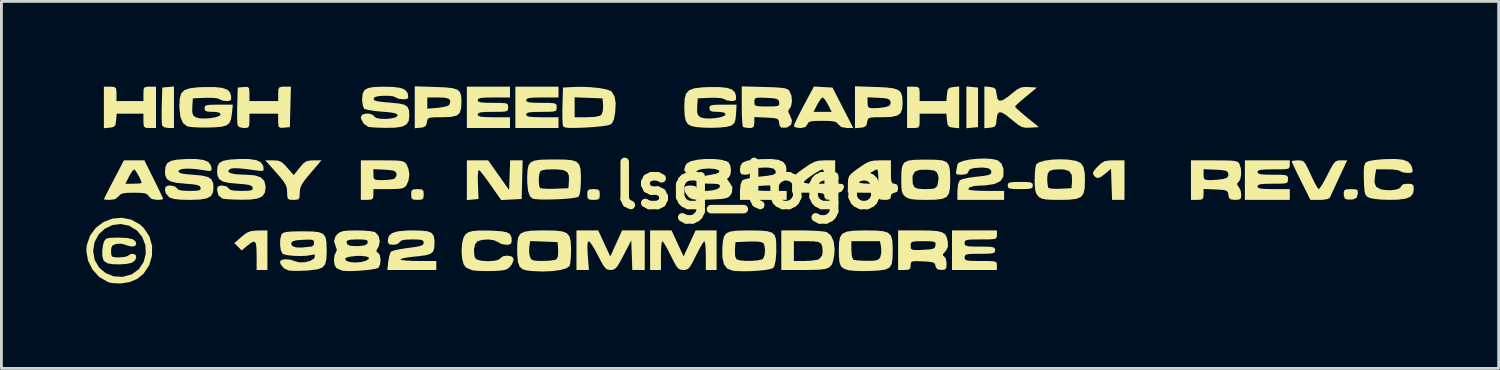
<source format=kicad_pcb>
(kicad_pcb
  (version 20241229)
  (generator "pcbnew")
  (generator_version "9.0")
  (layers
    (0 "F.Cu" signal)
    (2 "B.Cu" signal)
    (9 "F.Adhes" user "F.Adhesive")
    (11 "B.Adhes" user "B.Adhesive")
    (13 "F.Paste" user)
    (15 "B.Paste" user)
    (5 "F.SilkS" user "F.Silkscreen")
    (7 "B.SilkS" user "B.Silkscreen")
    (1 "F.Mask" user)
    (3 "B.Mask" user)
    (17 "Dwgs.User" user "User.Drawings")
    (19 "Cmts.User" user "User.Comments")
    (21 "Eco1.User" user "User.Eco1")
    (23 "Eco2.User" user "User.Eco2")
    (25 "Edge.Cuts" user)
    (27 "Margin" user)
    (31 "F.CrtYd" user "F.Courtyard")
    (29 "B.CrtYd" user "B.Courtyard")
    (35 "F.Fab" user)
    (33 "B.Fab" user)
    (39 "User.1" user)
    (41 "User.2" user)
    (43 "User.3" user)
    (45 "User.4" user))
  (footprint "lsg_logo"
    (layer "F.Cu")
    (at 23.418 3.506)
    (property "Reference" "lsg_logo" (at 0 0 0) (layer "F.SilkS") (effects (font (size 1.524 1.524) (thickness 0.3))))
    (attr board_only exclude_from_pos_files exclude_from_bom)
    (fp_poly (pts (xy 7.89 -3.481) (xy 8.096 -3.461) (xy 8.096 -2.064) (xy 7.684 -2.024) (xy 7.684 -3.501)) (stroke (width 0) (type solid)) (fill yes) (layer "F.SilkS"))
    (fp_poly (pts (xy -20.32 -2.032) (xy -20.512 -2.032) (xy -20.659 -2.057) (xy -20.737 -2.116) (xy -20.749 -2.212) (xy -20.755 -2.404) (xy -20.755 -2.658) (xy -20.751 -2.83) (xy -20.733 -3.461) (xy -20.526 -3.481) (xy -20.32 -3.501)) (stroke (width 0) (type solid)) (fill yes) (layer "F.SilkS"))
    (fp_poly (pts (xy -11.566 0.138) (xy -11.505 0.191) (xy -11.493 0.318) (xy -11.506 0.445) (xy -11.569 0.498) (xy -11.716 0.508) (xy -11.865 0.497) (xy -11.926 0.444) (xy -11.938 0.318) (xy -11.926 0.19) (xy -11.863 0.137) (xy -11.716 0.127)) (stroke (width 0) (type solid)) (fill yes) (layer "F.SilkS"))
    (fp_poly (pts (xy -5.343 0.138) (xy -5.282 0.191) (xy -5.271 0.318) (xy -5.283 0.445) (xy -5.346 0.498) (xy -5.493 0.508) (xy -5.642 0.497) (xy -5.703 0.444) (xy -5.715 0.318) (xy -5.703 0.19) (xy -5.64 0.137) (xy -5.493 0.127)) (stroke (width 0) (type solid)) (fill yes) (layer "F.SilkS"))
    (fp_poly (pts (xy 21.44 0.134) (xy 21.51 0.17) (xy 21.519 0.26) (xy 21.515 0.302) (xy 21.475 0.431) (xy 21.369 0.486) (xy 21.302 0.495) (xy 21.151 0.495) (xy 21.064 0.469) (xy 21.028 0.375) (xy 21.018 0.275) (xy 21.034 0.18) (xy 21.104 0.137) (xy 21.262 0.127) (xy 21.277 0.127)) (stroke (width 0) (type solid)) (fill yes) (layer "F.SilkS"))
    (fp_poly (pts (xy 13.271 0.508) (xy 12.832 0.508) (xy 12.795 -0.591) (xy 12.596 -0.422) (xy 12.431 -0.298) (xy 12.32 -0.262) (xy 12.23 -0.308) (xy 12.19 -0.352) (xy 12.154 -0.426) (xy 12.186 -0.514) (xy 12.3 -0.647) (xy 12.322 -0.669) (xy 12.457 -0.796) (xy 12.579 -0.862) (xy 12.742 -0.886) (xy 12.903 -0.889) (xy 13.271 -0.889)) (stroke (width 0) (type solid)) (fill yes) (layer "F.SilkS"))
    (fp_poly (pts (xy -17.018 2.985) (xy -17.399 2.985) (xy -17.399 2.477) (xy -17.405 2.2) (xy -17.43 2.039) (xy -17.485 1.981) (xy -17.582 2.015) (xy -17.732 2.13) (xy -17.733 2.131) (xy -17.927 2.294) (xy -18.056 2.165) (xy -18.186 2.035) (xy -17.935 1.814) (xy -17.76 1.677) (xy -17.602 1.611) (xy -17.396 1.591) (xy -17.351 1.59) (xy -17.018 1.587)) (stroke (width 0) (type solid)) (fill yes) (layer "F.SilkS"))
    (fp_poly (pts (xy -8.477 0.159) (xy -8.44 -0.889) (xy -7.997 -0.889) (xy -8.033 0.476) (xy -8.394 0.495) (xy -8.756 0.514) (xy -9.113 0.004) (xy -9.273 -0.219) (xy -9.41 -0.401) (xy -9.506 -0.518) (xy -9.535 -0.546) (xy -9.568 -0.51) (xy -9.583 -0.35) (xy -9.579 -0.072) (xy -9.578 -0.055) (xy -9.557 0.476) (xy -9.97 0.516) (xy -9.97 -0.889) (xy -9.216 -0.889)) (stroke (width 0) (type solid)) (fill yes) (layer "F.SilkS"))
    (fp_poly (pts (xy 9.822 -0.124) (xy 9.956 -0.108) (xy 10.017 -0.073) (xy 10.033 -0.01) (xy 10.033 0) (xy 10.021 0.067) (xy 9.967 0.105) (xy 9.844 0.122) (xy 9.624 0.127) (xy 9.588 0.127) (xy 9.355 0.124) (xy 9.221 0.108) (xy 9.16 0.073) (xy 9.144 0.01) (xy 9.144 0) (xy 9.156 -0.067) (xy 9.21 -0.105) (xy 9.333 -0.122) (xy 9.553 -0.127) (xy 9.588 -0.127)) (stroke (width 0) (type solid)) (fill yes) (layer "F.SilkS"))
    (fp_poly (pts (xy -22.432 -3.485) (xy -22.369 -3.437) (xy -22.352 -3.313) (xy -22.352 -3.239) (xy -22.352 -2.985) (xy -21.399 -2.985) (xy -21.399 -3.239) (xy -21.393 -3.401) (xy -21.351 -3.473) (xy -21.243 -3.492) (xy -21.177 -3.493) (xy -20.955 -3.493) (xy -20.955 -2.032) (xy -21.177 -2.032) (xy -21.32 -2.04) (xy -21.383 -2.087) (xy -21.399 -2.211) (xy -21.399 -2.286) (xy -21.399 -2.54) (xy -22.344 -2.54) (xy -22.364 -2.302) (xy -22.388 -2.144) (xy -22.45 -2.071) (xy -22.584 -2.044) (xy -22.59 -2.044) (xy -22.797 -2.024) (xy -22.797 -3.493) (xy -22.574 -3.493)) (stroke (width 0) (type solid)) (fill yes) (layer "F.SilkS"))
    (fp_poly (pts (xy 7.429 -2.024) (xy 7.223 -2.044) (xy 7.086 -2.07) (xy 7.023 -2.14) (xy 6.998 -2.294) (xy 6.997 -2.302) (xy 6.977 -2.54) (xy 6.505 -2.54) (xy 6.032 -2.54) (xy 6.032 -2.286) (xy 6.026 -2.123) (xy 5.984 -2.051) (xy 5.876 -2.033) (xy 5.81 -2.032) (xy 5.588 -2.032) (xy 5.588 -3.493) (xy 5.81 -3.493) (xy 5.953 -3.485) (xy 6.016 -3.437) (xy 6.032 -3.313) (xy 6.032 -3.239) (xy 6.032 -2.985) (xy 6.977 -2.985) (xy 6.997 -3.223) (xy 7.021 -3.381) (xy 7.083 -3.453) (xy 7.217 -3.48) (xy 7.223 -3.481) (xy 7.429 -3.501)) (stroke (width 0) (type solid)) (fill yes) (layer "F.SilkS"))
    (fp_poly (pts (xy -5.113 2.048) (xy -4.9 2.508) (xy -4.692 2.048) (xy -4.484 1.587) (xy -3.683 1.587) (xy -3.683 2.985) (xy -4.122 2.985) (xy -4.159 1.937) (xy -4.43 2.461) (xy -4.561 2.708) (xy -4.657 2.863) (xy -4.735 2.946) (xy -4.816 2.979) (xy -4.889 2.985) (xy -4.985 2.975) (xy -5.063 2.931) (xy -5.143 2.831) (xy -5.244 2.653) (xy -5.334 2.477) (xy -5.455 2.251) (xy -5.563 2.077) (xy -5.641 1.98) (xy -5.662 1.968) (xy -5.698 2.014) (xy -5.71 2.159) (xy -5.699 2.414) (xy -5.695 2.477) (xy -5.655 2.985) (xy -6.096 2.985) (xy -6.096 1.587) (xy -5.326 1.587)) (stroke (width 0) (type solid)) (fill yes) (layer "F.SilkS"))
    (fp_poly (pts (xy -16.643 -0.879) (xy -16.516 -0.827) (xy -16.386 -0.708) (xy -16.315 -0.628) (xy -16.089 -0.365) (xy -15.881 -0.627) (xy -15.746 -0.784) (xy -15.63 -0.861) (xy -15.483 -0.887) (xy -15.39 -0.889) (xy -15.107 -0.889) (xy -15.491 -0.443) (xy -15.678 -0.218) (xy -15.793 -0.055) (xy -15.853 0.077) (xy -15.874 0.207) (xy -15.875 0.256) (xy -15.882 0.418) (xy -15.924 0.489) (xy -16.034 0.507) (xy -16.097 0.508) (xy -16.238 0.501) (xy -16.301 0.456) (xy -16.319 0.336) (xy -16.32 0.244) (xy -16.329 0.105) (xy -16.369 -0.019) (xy -16.456 -0.159) (xy -16.608 -0.344) (xy -16.705 -0.455) (xy -17.091 -0.889) (xy -16.816 -0.89)) (stroke (width 0) (type solid)) (fill yes) (layer "F.SilkS"))
    (fp_poly (pts (xy -16.206 -2.778) (xy -16.224 -2.064) (xy -16.431 -2.044) (xy -16.562 -2.039) (xy -16.621 -2.079) (xy -16.636 -2.199) (xy -16.637 -2.282) (xy -16.637 -2.54) (xy -17.653 -2.54) (xy -17.653 -2.286) (xy -17.66 -2.123) (xy -17.701 -2.051) (xy -17.803 -2.032) (xy -17.845 -2.032) (xy -17.992 -2.057) (xy -18.07 -2.116) (xy -18.082 -2.212) (xy -18.088 -2.404) (xy -18.088 -2.658) (xy -18.084 -2.83) (xy -18.066 -3.461) (xy -17.859 -3.481) (xy -17.728 -3.486) (xy -17.669 -3.445) (xy -17.654 -3.325) (xy -17.653 -3.243) (xy -17.653 -2.985) (xy -16.637 -2.985) (xy -16.637 -3.239) (xy -16.63 -3.401) (xy -16.589 -3.473) (xy -16.48 -3.492) (xy -16.413 -3.493) (xy -16.188 -3.493)) (stroke (width 0) (type solid)) (fill yes) (layer "F.SilkS"))
    (fp_poly (pts (xy 2.176 1.593) (xy 2.449 1.606) (xy 2.655 1.627) (xy 2.752 1.647) (xy 2.9 1.768) (xy 2.995 1.981) (xy 3.028 2.261) (xy 3.013 2.458) (xy 2.978 2.659) (xy 2.927 2.8) (xy 2.84 2.894) (xy 2.697 2.949) (xy 2.478 2.975) (xy 2.161 2.984) (xy 1.959 2.985) (xy 1.143 2.985) (xy 1.143 2.667) (xy 1.587 2.667) (xy 1.973 2.667) (xy 2.201 2.656) (xy 2.392 2.629) (xy 2.481 2.601) (xy 2.582 2.479) (xy 2.603 2.352) (xy 2.594 2.167) (xy 2.55 2.053) (xy 2.447 1.994) (xy 2.259 1.971) (xy 2.057 1.968) (xy 1.587 1.968) (xy 1.587 2.667) (xy 1.143 2.667) (xy 1.143 1.587) (xy 1.869 1.587)) (stroke (width 0) (type solid)) (fill yes) (layer "F.SilkS"))
    (fp_poly (pts (xy -8.445 -3.111) (xy -9.017 -3.111) (xy -9.296 -3.108) (xy -9.469 -3.094) (xy -9.56 -3.067) (xy -9.588 -3.023) (xy -9.588 -3.016) (xy -9.565 -2.969) (xy -9.482 -2.939) (xy -9.315 -2.925) (xy -9.049 -2.921) (xy -8.787 -2.92) (xy -8.628 -2.91) (xy -8.545 -2.886) (xy -8.514 -2.839) (xy -8.509 -2.762) (xy -8.514 -2.685) (xy -8.546 -2.638) (xy -8.629 -2.614) (xy -8.789 -2.605) (xy -9.049 -2.603) (xy -9.319 -2.599) (xy -9.484 -2.585) (xy -9.566 -2.555) (xy -9.588 -2.508) (xy -9.566 -2.462) (xy -9.485 -2.433) (xy -9.323 -2.418) (xy -9.059 -2.413) (xy -9.017 -2.413) (xy -8.445 -2.413) (xy -8.445 -2.032) (xy -9.97 -2.032) (xy -9.97 -3.493) (xy -8.445 -3.493)) (stroke (width 0) (type solid)) (fill yes) (layer "F.SilkS"))
    (fp_poly (pts (xy -6.731 -3.111) (xy -7.303 -3.111) (xy -7.581 -3.108) (xy -7.755 -3.094) (xy -7.845 -3.067) (xy -7.874 -3.023) (xy -7.874 -3.016) (xy -7.851 -2.969) (xy -7.767 -2.939) (xy -7.6 -2.925) (xy -7.334 -2.921) (xy -7.073 -2.92) (xy -6.913 -2.91) (xy -6.831 -2.886) (xy -6.799 -2.839) (xy -6.795 -2.762) (xy -6.799 -2.685) (xy -6.831 -2.638) (xy -6.915 -2.614) (xy -7.075 -2.605) (xy -7.334 -2.603) (xy -7.604 -2.599) (xy -7.769 -2.585) (xy -7.852 -2.555) (xy -7.874 -2.508) (xy -7.852 -2.462) (xy -7.77 -2.433) (xy -7.608 -2.418) (xy -7.344 -2.413) (xy -7.303 -2.413) (xy -6.731 -2.413) (xy -6.731 -2.032) (xy -8.255 -2.032) (xy -8.255 -3.493) (xy -6.731 -3.493)) (stroke (width 0) (type solid)) (fill yes) (layer "F.SilkS"))
    (fp_poly (pts (xy 20.852 -0.27) (xy 20.73 -0.008) (xy 20.627 0.215) (xy 20.555 0.371) (xy 20.53 0.429) (xy 20.445 0.48) (xy 20.259 0.506) (xy 20.169 0.508) (xy 19.841 0.508) (xy 19.509 -0.16) (xy 19.379 -0.423) (xy 19.273 -0.643) (xy 19.202 -0.796) (xy 19.177 -0.858) (xy 19.233 -0.878) (xy 19.371 -0.889) (xy 19.402 -0.889) (xy 19.512 -0.884) (xy 19.592 -0.853) (xy 19.662 -0.774) (xy 19.743 -0.624) (xy 19.855 -0.381) (xy 19.963 -0.154) (xy 20.057 0.021) (xy 20.122 0.117) (xy 20.138 0.127) (xy 20.188 0.074) (xy 20.278 -0.068) (xy 20.391 -0.273) (xy 20.447 -0.381) (xy 20.571 -0.623) (xy 20.661 -0.773) (xy 20.736 -0.852) (xy 20.819 -0.884) (xy 20.922 -0.889) (xy 21.141 -0.889)) (stroke (width 0) (type solid)) (fill yes) (layer "F.SilkS"))
    (fp_poly (pts (xy -11.09 -3.483) (xy -10.729 -3.468) (xy -10.475 -3.44) (xy -10.31 -3.389) (xy -10.216 -3.305) (xy -10.172 -3.176) (xy -10.16 -2.992) (xy -10.16 -2.95) (xy -10.173 -2.714) (xy -10.226 -2.558) (xy -10.341 -2.467) (xy -10.538 -2.424) (xy -10.839 -2.413) (xy -10.859 -2.413) (xy -11.108 -2.411) (xy -11.258 -2.4) (xy -11.335 -2.371) (xy -11.367 -2.314) (xy -11.378 -2.238) (xy -11.415 -2.113) (xy -11.514 -2.057) (xy -11.605 -2.044) (xy -11.811 -2.024) (xy -11.811 -2.715) (xy -11.367 -2.715) (xy -11.015 -2.744) (xy -10.807 -2.772) (xy -10.649 -2.813) (xy -10.594 -2.843) (xy -10.553 -2.956) (xy -10.562 -3.012) (xy -10.621 -3.072) (xy -10.755 -3.103) (xy -10.984 -3.111) (xy -11.367 -3.111) (xy -11.367 -2.715) (xy -11.811 -2.715) (xy -11.811 -3.506)) (stroke (width 0) (type solid)) (fill yes) (layer "F.SilkS"))
    (fp_poly (pts (xy -2.522 2.048) (xy -2.311 2.508) (xy -2.098 2.048) (xy -1.886 1.587) (xy -1.143 1.587) (xy -1.143 2.985) (xy -1.524 2.985) (xy -1.524 2.477) (xy -1.53 2.241) (xy -1.545 2.063) (xy -1.568 1.974) (xy -1.575 1.968) (xy -1.623 2.022) (xy -1.71 2.164) (xy -1.82 2.37) (xy -1.873 2.477) (xy -1.995 2.72) (xy -2.084 2.87) (xy -2.159 2.95) (xy -2.24 2.98) (xy -2.318 2.985) (xy -2.416 2.976) (xy -2.494 2.936) (xy -2.571 2.842) (xy -2.665 2.672) (xy -2.762 2.477) (xy -2.878 2.251) (xy -2.977 2.077) (xy -3.045 1.98) (xy -3.061 1.968) (xy -3.084 2.027) (xy -3.102 2.182) (xy -3.111 2.405) (xy -3.111 2.477) (xy -3.111 2.985) (xy -3.493 2.985) (xy -3.493 1.587) (xy -2.734 1.587)) (stroke (width 0) (type solid)) (fill yes) (layer "F.SilkS"))
    (fp_poly (pts (xy 2.625 -3.48) (xy 2.953 -3.461) (xy 3.32 -2.746) (xy 3.687 -2.032) (xy 3.463 -2.032) (xy 3.263 -2.067) (xy 3.16 -2.159) (xy 3.102 -2.225) (xy 3.009 -2.263) (xy 2.85 -2.281) (xy 2.595 -2.286) (xy 2.593 -2.286) (xy 2.342 -2.282) (xy 2.19 -2.267) (xy 2.108 -2.233) (xy 2.069 -2.174) (xy 2.064 -2.159) (xy 1.994 -2.066) (xy 1.845 -2.033) (xy 1.805 -2.032) (xy 1.659 -2.051) (xy 1.589 -2.097) (xy 1.587 -2.105) (xy 1.616 -2.187) (xy 1.694 -2.355) (xy 1.809 -2.584) (xy 1.819 -2.603) (xy 2.283 -2.603) (xy 2.924 -2.603) (xy 2.794 -2.857) (xy 2.704 -3.011) (xy 2.626 -3.101) (xy 2.603 -3.112) (xy 2.54 -3.06) (xy 2.452 -2.93) (xy 2.413 -2.857) (xy 2.283 -2.603) (xy 1.819 -2.603) (xy 1.942 -2.838) (xy 2.296 -3.499)) (stroke (width 0) (type solid)) (fill yes) (layer "F.SilkS"))
    (fp_poly (pts (xy 19.113 -0.73) (xy 19.109 -0.655) (xy 19.079 -0.608) (xy 18.999 -0.583) (xy 18.845 -0.573) (xy 18.592 -0.572) (xy 18.542 -0.572) (xy 18.263 -0.568) (xy 18.09 -0.554) (xy 17.999 -0.527) (xy 17.971 -0.483) (xy 17.971 -0.476) (xy 17.994 -0.429) (xy 18.077 -0.399) (xy 18.244 -0.385) (xy 18.51 -0.381) (xy 18.772 -0.38) (xy 18.931 -0.37) (xy 19.014 -0.346) (xy 19.045 -0.299) (xy 19.05 -0.222) (xy 19.045 -0.145) (xy 19.013 -0.098) (xy 18.93 -0.074) (xy 18.77 -0.065) (xy 18.51 -0.064) (xy 18.24 -0.059) (xy 18.075 -0.045) (xy 17.993 -0.015) (xy 17.971 0.032) (xy 17.993 0.078) (xy 18.074 0.107) (xy 18.236 0.122) (xy 18.5 0.127) (xy 18.542 0.127) (xy 19.113 0.127) (xy 19.113 0.508) (xy 17.526 0.508) (xy 17.526 -0.889) (xy 19.113 -0.889)) (stroke (width 0) (type solid)) (fill yes) (layer "F.SilkS"))
    (fp_poly (pts (xy -5.588 -3.474) (xy -5.291 -3.444) (xy -5.048 -3.4) (xy -4.889 -3.346) (xy -4.857 -3.324) (xy -4.75 -3.152) (xy -4.709 -2.905) (xy -4.728 -2.57) (xy -4.772 -2.338) (xy -4.839 -2.203) (xy -4.902 -2.152) (xy -5.015 -2.122) (xy -5.224 -2.092) (xy -5.499 -2.066) (xy -5.785 -2.048) (xy -6.113 -2.035) (xy -6.336 -2.034) (xy -6.474 -2.046) (xy -6.547 -2.073) (xy -6.573 -2.107) (xy -6.587 -2.207) (xy -6.594 -2.402) (xy -6.594 -2.659) (xy -6.591 -2.83) (xy -6.582 -3.117) (xy -6.16 -3.117) (xy -6.16 -2.413) (xy -5.723 -2.413) (xy -5.438 -2.426) (xy -5.266 -2.465) (xy -5.211 -2.504) (xy -5.166 -2.624) (xy -5.153 -2.802) (xy -5.155 -2.837) (xy -5.175 -3.08) (xy -5.667 -3.098) (xy -6.16 -3.117) (xy -6.582 -3.117) (xy -6.572 -3.461) (xy -6.223 -3.482) (xy -5.909 -3.488)) (stroke (width 0) (type solid)) (fill yes) (layer "F.SilkS"))
    (fp_poly (pts (xy 4.475 -3.483) (xy 4.843 -3.466) (xy 5.102 -3.435) (xy 5.272 -3.378) (xy 5.37 -3.285) (xy 5.417 -3.144) (xy 5.429 -2.944) (xy 5.429 -2.914) (xy 5.414 -2.697) (xy 5.354 -2.553) (xy 5.23 -2.467) (xy 5.021 -2.424) (xy 4.707 -2.413) (xy 4.691 -2.413) (xy 4.444 -2.411) (xy 4.296 -2.4) (xy 4.221 -2.37) (xy 4.19 -2.311) (xy 4.179 -2.238) (xy 4.143 -2.113) (xy 4.044 -2.057) (xy 3.953 -2.044) (xy 3.747 -2.024) (xy 3.747 -3.118) (xy 4.191 -3.118) (xy 4.191 -2.924) (xy 4.204 -2.792) (xy 4.268 -2.74) (xy 4.405 -2.731) (xy 4.628 -2.744) (xy 4.821 -2.771) (xy 4.963 -2.818) (xy 5.007 -2.898) (xy 5.004 -2.945) (xy 4.978 -3.02) (xy 4.908 -3.064) (xy 4.763 -3.088) (xy 4.588 -3.099) (xy 4.191 -3.118) (xy 3.747 -3.118) (xy 3.747 -3.506)) (stroke (width 0) (type solid)) (fill yes) (layer "F.SilkS"))
    (fp_poly (pts (xy -21.969 1.855) (xy -21.775 1.9) (xy -21.676 1.981) (xy -21.654 2.076) (xy -21.705 2.141) (xy -21.831 2.155) (xy -21.991 2.115) (xy -22.042 2.091) (xy -22.196 2.055) (xy -22.356 2.065) (xy -22.484 2.111) (xy -22.535 2.202) (xy -22.543 2.323) (xy -22.536 2.457) (xy -22.493 2.52) (xy -22.379 2.539) (xy -22.26 2.54) (xy -22.081 2.527) (xy -21.961 2.494) (xy -21.939 2.477) (xy -21.85 2.423) (xy -21.777 2.413) (xy -21.674 2.453) (xy -21.652 2.548) (xy -21.704 2.655) (xy -21.816 2.732) (xy -21.991 2.77) (xy -22.227 2.787) (xy -22.465 2.782) (xy -22.647 2.755) (xy -22.669 2.748) (xy -22.784 2.674) (xy -22.811 2.642) (xy -22.851 2.504) (xy -22.855 2.302) (xy -22.825 2.093) (xy -22.798 2.004) (xy -22.758 1.92) (xy -22.696 1.872) (xy -22.583 1.849) (xy -22.386 1.842) (xy -22.271 1.841)) (stroke (width 0) (type solid)) (fill yes) (layer "F.SilkS"))
    (fp_poly (pts (xy 8.525 -3.481) (xy 8.662 -3.454) (xy 8.725 -3.385) (xy 8.75 -3.23) (xy 8.751 -3.223) (xy 8.784 -3.06) (xy 8.856 -2.993) (xy 8.979 -3.022) (xy 9.167 -3.148) (xy 9.282 -3.242) (xy 9.464 -3.386) (xy 9.602 -3.46) (xy 9.744 -3.484) (xy 9.882 -3.48) (xy 10.177 -3.461) (xy 9.791 -3.143) (xy 9.609 -2.99) (xy 9.472 -2.867) (xy 9.405 -2.796) (xy 9.401 -2.789) (xy 9.446 -2.736) (xy 9.567 -2.624) (xy 9.743 -2.474) (xy 9.823 -2.408) (xy 10.249 -2.064) (xy 9.946 -2.044) (xy 9.776 -2.041) (xy 9.645 -2.069) (xy 9.512 -2.145) (xy 9.334 -2.289) (xy 9.304 -2.314) (xy 9.077 -2.496) (xy 8.922 -2.585) (xy 8.825 -2.581) (xy 8.772 -2.485) (xy 8.751 -2.334) (xy 8.731 -2.163) (xy 8.683 -2.081) (xy 8.578 -2.05) (xy 8.525 -2.044) (xy 8.319 -2.024) (xy 8.319 -3.501)) (stroke (width 0) (type solid)) (fill yes) (layer "F.SilkS"))
    (fp_poly (pts (xy -12.634 -0.888) (xy -12.414 -0.88) (xy -12.272 -0.864) (xy -12.185 -0.833) (xy -12.129 -0.785) (xy -12.1 -0.748) (xy -12.032 -0.586) (xy -12.002 -0.388) (xy -12.002 -0.381) (xy -12.03 -0.184) (xy -12.097 -0.019) (xy -12.1 -0.014) (xy -12.162 0.056) (xy -12.246 0.098) (xy -12.383 0.119) (xy -12.603 0.126) (xy -12.735 0.127) (xy -13.271 0.127) (xy -13.271 0.318) (xy -13.284 0.445) (xy -13.347 0.498) (xy -13.494 0.508) (xy -13.716 0.508) (xy -13.716 -0.578) (xy -13.271 -0.578) (xy -13.271 -0.384) (xy -13.265 -0.272) (xy -13.226 -0.214) (xy -13.121 -0.194) (xy -12.938 -0.191) (xy -12.732 -0.202) (xy -12.571 -0.227) (xy -12.519 -0.247) (xy -12.458 -0.347) (xy -12.456 -0.42) (xy -12.49 -0.489) (xy -12.579 -0.529) (xy -12.751 -0.551) (xy -12.875 -0.559) (xy -13.271 -0.578) (xy -13.716 -0.578) (xy -13.716 -0.889) (xy -12.958 -0.889)) (stroke (width 0) (type solid)) (fill yes) (layer "F.SilkS"))
    (fp_poly (pts (xy -21.83 1.206) (xy -21.524 1.375) (xy -21.388 1.5) (xy -21.189 1.798) (xy -21.093 2.135) (xy -21.097 2.484) (xy -21.196 2.818) (xy -21.388 3.109) (xy -21.617 3.299) (xy -21.889 3.412) (xy -22.21 3.463) (xy -22.519 3.448) (xy -22.657 3.41) (xy -22.961 3.232) (xy -23.2 2.969) (xy -23.359 2.65) (xy -23.416 2.317) (xy -23.177 2.317) (xy -23.121 2.634) (xy -22.966 2.898) (xy -22.736 3.094) (xy -22.453 3.209) (xy -22.14 3.229) (xy -21.819 3.142) (xy -21.807 3.136) (xy -21.558 2.955) (xy -21.393 2.704) (xy -21.317 2.412) (xy -21.331 2.107) (xy -21.44 1.819) (xy -21.628 1.591) (xy -21.905 1.421) (xy -22.201 1.36) (xy -22.494 1.398) (xy -22.761 1.524) (xy -22.979 1.727) (xy -23.125 1.997) (xy -23.177 2.317) (xy -23.416 2.317) (xy -23.418 2.305) (xy -23.403 2.114) (xy -23.284 1.768) (xy -23.078 1.49) (xy -22.807 1.289) (xy -22.494 1.17) (xy -22.161 1.14)) (stroke (width 0) (type solid)) (fill yes) (layer "F.SilkS"))
    (fp_poly (pts (xy -21.033 -0.221) (xy -20.903 0.042) (xy -20.797 0.262) (xy -20.726 0.415) (xy -20.701 0.477) (xy -20.757 0.498) (xy -20.894 0.508) (xy -20.921 0.508) (xy -21.11 0.476) (xy -21.209 0.381) (xy -21.262 0.314) (xy -21.353 0.275) (xy -21.513 0.258) (xy -21.736 0.254) (xy -21.983 0.259) (xy -22.136 0.28) (xy -22.225 0.323) (xy -22.274 0.381) (xy -22.401 0.483) (xy -22.575 0.508) (xy -22.722 0.503) (xy -22.795 0.49) (xy -22.797 0.487) (xy -22.769 0.426) (xy -22.694 0.275) (xy -22.582 0.057) (xy -22.519 -0.064) (xy -22.037 -0.064) (xy -21.75 -0.064) (xy -21.579 -0.069) (xy -21.476 -0.084) (xy -21.463 -0.093) (xy -21.491 -0.185) (xy -21.557 -0.323) (xy -21.637 -0.462) (xy -21.705 -0.556) (xy -21.727 -0.572) (xy -21.784 -0.52) (xy -21.868 -0.39) (xy -21.907 -0.318) (xy -22.037 -0.064) (xy -22.519 -0.064) (xy -22.446 -0.206) (xy -22.443 -0.211) (xy -22.089 -0.889) (xy -21.365 -0.889)) (stroke (width 0) (type solid)) (fill yes) (layer "F.SilkS"))
    (fp_poly (pts (xy -6.862 1.593) (xy -6.606 1.62) (xy -6.44 1.683) (xy -6.344 1.796) (xy -6.3 1.973) (xy -6.288 2.229) (xy -6.287 2.302) (xy -6.295 2.54) (xy -6.314 2.734) (xy -6.34 2.843) (xy -6.342 2.846) (xy -6.456 2.926) (xy -6.67 2.987) (xy -6.957 3.025) (xy -7.289 3.039) (xy -7.64 3.025) (xy -7.842 3.003) (xy -8.002 2.959) (xy -8.106 2.865) (xy -8.165 2.7) (xy -8.189 2.441) (xy -8.19 2.365) (xy -7.769 2.365) (xy -7.74 2.524) (xy -7.697 2.603) (xy -7.62 2.646) (xy -7.476 2.663) (xy -7.288 2.666) (xy -7.065 2.657) (xy -6.888 2.636) (xy -6.806 2.612) (xy -6.75 2.505) (xy -6.742 2.293) (xy -6.743 2.28) (xy -6.763 2) (xy -7.732 1.963) (xy -7.763 2.172) (xy -7.769 2.365) (xy -8.19 2.365) (xy -8.191 2.277) (xy -8.185 2.014) (xy -8.154 1.828) (xy -8.078 1.705) (xy -7.94 1.634) (xy -7.721 1.599) (xy -7.402 1.588) (xy -7.225 1.587)) (stroke (width 0) (type solid)) (fill yes) (layer "F.SilkS"))
    (fp_poly (pts (xy 4.483 1.592) (xy 4.743 1.615) (xy 4.915 1.668) (xy 5.015 1.767) (xy 5.064 1.923) (xy 5.079 2.151) (xy 5.08 2.277) (xy 5.074 2.576) (xy 5.042 2.778) (xy 4.964 2.903) (xy 4.817 2.971) (xy 4.581 3.004) (xy 4.316 3.018) (xy 4.025 3.024) (xy 3.757 3.017) (xy 3.556 2.999) (xy 3.5 2.989) (xy 3.348 2.937) (xy 3.253 2.858) (xy 3.201 2.724) (xy 3.179 2.51) (xy 3.176 2.302) (xy 3.177 2.281) (xy 3.619 2.281) (xy 3.635 2.489) (xy 3.679 2.609) (xy 3.699 2.625) (xy 3.801 2.643) (xy 3.987 2.656) (xy 4.173 2.662) (xy 4.398 2.659) (xy 4.531 2.636) (xy 4.607 2.583) (xy 4.639 2.533) (xy 4.678 2.374) (xy 4.67 2.184) (xy 4.63 1.968) (xy 3.619 1.968) (xy 3.619 2.281) (xy 3.177 2.281) (xy 3.183 2.025) (xy 3.218 1.831) (xy 3.3 1.705) (xy 3.449 1.631) (xy 3.681 1.597) (xy 4.017 1.588) (xy 4.113 1.587)) (stroke (width 0) (type solid)) (fill yes) (layer "F.SilkS"))
    (fp_poly (pts (xy 8.763 1.746) (xy 8.758 1.821) (xy 8.729 1.868) (xy 8.649 1.893) (xy 8.495 1.903) (xy 8.242 1.905) (xy 8.191 1.905) (xy 7.92 1.907) (xy 7.751 1.917) (xy 7.661 1.94) (xy 7.626 1.982) (xy 7.62 2.032) (xy 7.63 2.094) (xy 7.677 2.131) (xy 7.785 2.151) (xy 7.979 2.158) (xy 8.16 2.159) (xy 8.422 2.161) (xy 8.582 2.172) (xy 8.665 2.198) (xy 8.696 2.244) (xy 8.7 2.286) (xy 8.689 2.348) (xy 8.643 2.385) (xy 8.535 2.405) (xy 8.34 2.412) (xy 8.16 2.413) (xy 7.897 2.415) (xy 7.737 2.426) (xy 7.654 2.452) (xy 7.623 2.498) (xy 7.62 2.54) (xy 7.63 2.6) (xy 7.674 2.638) (xy 7.778 2.658) (xy 7.966 2.666) (xy 8.191 2.667) (xy 8.462 2.668) (xy 8.63 2.677) (xy 8.72 2.699) (xy 8.756 2.742) (xy 8.763 2.812) (xy 8.763 2.826) (xy 8.763 2.985) (xy 7.176 2.985) (xy 7.176 1.587) (xy 8.763 1.587)) (stroke (width 0) (type solid)) (fill yes) (layer "F.SilkS"))
    (fp_poly (pts (xy 0.397 1.593) (xy 0.648 1.615) (xy 0.81 1.664) (xy 0.904 1.748) (xy 0.949 1.876) (xy 0.963 2.021) (xy 0.966 2.369) (xy 0.943 2.653) (xy 0.895 2.849) (xy 0.857 2.914) (xy 0.759 2.953) (xy 0.567 2.986) (xy 0.314 3.012) (xy 0.033 3.027) (xy -0.244 3.031) (xy -0.483 3.02) (xy -0.589 3.006) (xy -0.77 2.934) (xy -0.885 2.782) (xy -0.94 2.539) (xy -0.941 2.28) (xy -0.496 2.28) (xy -0.49 2.496) (xy -0.437 2.609) (xy -0.433 2.612) (xy -0.311 2.647) (xy -0.116 2.664) (xy 0.108 2.662) (xy 0.315 2.645) (xy 0.461 2.611) (xy 0.495 2.591) (xy 0.551 2.466) (xy 0.569 2.284) (xy 0.545 2.11) (xy 0.517 2.045) (xy 0.437 1.999) (xy 0.262 1.979) (xy -0.006 1.981) (xy -0.476 2) (xy -0.496 2.28) (xy -0.941 2.28) (xy -0.941 2.216) (xy -0.922 1.974) (xy -0.883 1.803) (xy -0.804 1.692) (xy -0.666 1.628) (xy -0.448 1.597) (xy -0.132 1.588) (xy 0.039 1.587)) (stroke (width 0) (type solid)) (fill yes) (layer "F.SilkS"))
    (fp_poly (pts (xy 11.289 -0.914) (xy 11.552 -0.873) (xy 11.723 -0.796) (xy 11.821 -0.66) (xy 11.866 -0.442) (xy 11.874 -0.176) (xy 11.865 0.095) (xy 11.824 0.284) (xy 11.732 0.404) (xy 11.57 0.472) (xy 11.318 0.502) (xy 10.986 0.508) (xy 10.686 0.505) (xy 10.485 0.492) (xy 10.355 0.465) (xy 10.268 0.42) (xy 10.223 0.381) (xy 10.154 0.287) (xy 10.115 0.157) (xy 10.099 -0.044) (xy 10.097 -0.206) (xy 10.098 -0.226) (xy 10.541 -0.226) (xy 10.551 -0.049) (xy 10.575 0.069) (xy 10.586 0.087) (xy 10.669 0.108) (xy 10.839 0.117) (xy 11.015 0.114) (xy 11.398 0.095) (xy 11.418 -0.147) (xy 11.408 -0.373) (xy 11.32 -0.507) (xy 11.14 -0.565) (xy 11.015 -0.572) (xy 10.771 -0.561) (xy 10.629 -0.519) (xy 10.56 -0.424) (xy 10.541 -0.26) (xy 10.541 -0.226) (xy 10.098 -0.226) (xy 10.105 -0.446) (xy 10.125 -0.641) (xy 10.152 -0.751) (xy 10.154 -0.755) (xy 10.26 -0.825) (xy 10.461 -0.88) (xy 10.725 -0.916) (xy 11.02 -0.928)) (stroke (width 0) (type solid)) (fill yes) (layer "F.SilkS"))
    (fp_poly (pts (xy -9.181 1.592) (xy -9.049 1.597) (xy -8.749 1.617) (xy -8.554 1.654) (xy -8.443 1.721) (xy -8.393 1.828) (xy -8.383 1.953) (xy -8.406 2.055) (xy -8.5 2.092) (xy -8.577 2.095) (xy -8.748 2.066) (xy -8.867 2) (xy -9.002 1.936) (xy -9.204 1.908) (xy -9.419 1.919) (xy -9.593 1.971) (xy -9.679 2.08) (xy -9.718 2.263) (xy -9.705 2.471) (xy -9.677 2.567) (xy -9.594 2.626) (xy -9.429 2.662) (xy -9.224 2.675) (xy -9.019 2.663) (xy -8.859 2.627) (xy -8.786 2.572) (xy -8.695 2.5) (xy -8.534 2.477) (xy -8.371 2.511) (xy -8.314 2.61) (xy -8.366 2.764) (xy -8.435 2.86) (xy -8.512 2.935) (xy -8.615 2.981) (xy -8.778 3.007) (xy -9.033 3.021) (xy -9.054 3.021) (xy -9.328 3.024) (xy -9.581 3.016) (xy -9.764 2.998) (xy -9.777 2.996) (xy -9.988 2.905) (xy -10.078 2.794) (xy -10.137 2.587) (xy -10.156 2.315) (xy -10.135 2.035) (xy -10.091 1.853) (xy -10.029 1.736) (xy -9.927 1.656) (xy -9.765 1.609) (xy -9.523 1.589)) (stroke (width 0) (type solid)) (fill yes) (layer "F.SilkS"))
    (fp_poly (pts (xy -6.524 -0.917) (xy -6.266 -0.896) (xy -6.098 -0.842) (xy -6 -0.743) (xy -5.953 -0.582) (xy -5.939 -0.347) (xy -5.939 -0.19) (xy -5.951 0.113) (xy -5.984 0.316) (xy -6.021 0.395) (xy -6.112 0.426) (xy -6.298 0.453) (xy -6.548 0.475) (xy -6.831 0.489) (xy -7.116 0.496) (xy -7.371 0.494) (xy -7.564 0.48) (xy -7.636 0.467) (xy -7.74 0.382) (xy -7.806 0.195) (xy -7.835 -0.103) (xy -7.835 -0.148) (xy -7.428 -0.148) (xy -7.414 0.01) (xy -7.385 0.087) (xy -7.304 0.106) (xy -7.131 0.116) (xy -6.901 0.115) (xy -6.861 0.114) (xy -6.382 0.095) (xy -6.362 -0.147) (xy -6.363 -0.347) (xy -6.421 -0.474) (xy -6.554 -0.543) (xy -6.784 -0.569) (xy -6.922 -0.572) (xy -7.167 -0.564) (xy -7.312 -0.539) (xy -7.381 -0.491) (xy -7.391 -0.471) (xy -7.421 -0.328) (xy -7.428 -0.148) (xy -7.835 -0.148) (xy -7.836 -0.305) (xy -7.826 -0.544) (xy -7.791 -0.711) (xy -7.712 -0.82) (xy -7.57 -0.883) (xy -7.346 -0.912) (xy -7.02 -0.92) (xy -6.89 -0.921)) (stroke (width 0) (type solid)) (fill yes) (layer "F.SilkS"))
    (fp_poly (pts (xy 1.047 -0.906) (xy 1.21 -0.833) (xy 1.299 -0.714) (xy 1.323 -0.61) (xy 1.316 -0.349) (xy 1.222 -0.166) (xy 1.031 -0.053) (xy 0.737 -0.003) (xy 0.61 0.001) (xy 0.351 0.016) (xy 0.163 0.056) (xy 0.069 0.114) (xy 0.064 0.134) (xy 0.123 0.158) (xy 0.282 0.177) (xy 0.514 0.188) (xy 0.699 0.191) (xy 1.333 0.191) (xy 1.333 0.508) (xy -0.318 0.508) (xy -0.318 0.198) (xy -0.298 -0.028) (xy -0.243 -0.17) (xy -0.227 -0.187) (xy -0.124 -0.228) (xy 0.069 -0.27) (xy 0.314 -0.307) (xy 0.379 -0.314) (xy 0.66 -0.345) (xy 0.835 -0.375) (xy 0.925 -0.413) (xy 0.949 -0.467) (xy 0.931 -0.537) (xy 0.858 -0.603) (xy 0.691 -0.632) (xy 0.579 -0.635) (xy 0.303 -0.622) (xy 0.138 -0.58) (xy 0.068 -0.504) (xy 0.064 -0.469) (xy 0.006 -0.401) (xy -0.127 -0.381) (xy -0.262 -0.397) (xy -0.312 -0.471) (xy -0.318 -0.564) (xy -0.297 -0.709) (xy -0.222 -0.81) (xy -0.074 -0.875) (xy 0.167 -0.914) (xy 0.429 -0.932) (xy 0.792 -0.937)) (stroke (width 0) (type solid)) (fill yes) (layer "F.SilkS"))
    (fp_poly (pts (xy 6.604 -0.911) (xy 6.839 -0.886) (xy 6.988 -0.824) (xy 7.07 -0.707) (xy 7.104 -0.518) (xy 7.112 -0.24) (xy 7.112 -0.182) (xy 7.104 0.094) (xy 7.066 0.285) (xy 6.98 0.407) (xy 6.825 0.474) (xy 6.582 0.502) (xy 6.248 0.508) (xy 5.948 0.503) (xy 5.746 0.484) (xy 5.611 0.447) (xy 5.524 0.394) (xy 5.452 0.32) (xy 5.409 0.223) (xy 5.389 0.069) (xy 5.383 -0.175) (xy 5.383 -0.216) (xy 5.384 -0.251) (xy 5.779 -0.251) (xy 5.791 -0.054) (xy 5.847 0.06) (xy 5.973 0.113) (xy 6.195 0.127) (xy 6.231 0.127) (xy 6.444 0.122) (xy 6.566 0.099) (xy 6.632 0.043) (xy 6.671 -0.041) (xy 6.702 -0.261) (xy 6.68 -0.375) (xy 6.633 -0.473) (xy 6.55 -0.527) (xy 6.393 -0.552) (xy 6.292 -0.559) (xy 6.028 -0.553) (xy 5.866 -0.491) (xy 5.79 -0.364) (xy 5.779 -0.251) (xy 5.384 -0.251) (xy 5.388 -0.494) (xy 5.417 -0.686) (xy 5.488 -0.809) (xy 5.623 -0.878) (xy 5.839 -0.908) (xy 6.158 -0.915) (xy 6.261 -0.915)) (stroke (width 0) (type solid)) (fill yes) (layer "F.SilkS"))
    (fp_poly (pts (xy 5.016 -0.476) (xy 5.02 -0.253) (xy 5.038 -0.128) (xy 5.078 -0.075) (xy 5.144 -0.064) (xy 5.243 -0.026) (xy 5.271 0.095) (xy 5.241 0.22) (xy 5.144 0.254) (xy 5.037 0.299) (xy 5.016 0.381) (xy 4.992 0.469) (xy 4.895 0.504) (xy 4.794 0.508) (xy 4.641 0.494) (xy 4.579 0.438) (xy 4.572 0.381) (xy 4.562 0.319) (xy 4.515 0.282) (xy 4.407 0.262) (xy 4.213 0.255) (xy 4.032 0.254) (xy 3.493 0.254) (xy 3.496 -0.048) (xy 3.499 -0.12) (xy 3.873 -0.12) (xy 3.931 -0.089) (xy 4.079 -0.069) (xy 4.223 -0.064) (xy 4.572 -0.064) (xy 4.572 -0.318) (xy 4.563 -0.477) (xy 4.539 -0.565) (xy 4.53 -0.572) (xy 4.445 -0.538) (xy 4.303 -0.454) (xy 4.14 -0.345) (xy 3.991 -0.235) (xy 3.893 -0.15) (xy 3.873 -0.12) (xy 3.499 -0.12) (xy 3.503 -0.207) (xy 3.534 -0.318) (xy 3.611 -0.415) (xy 3.758 -0.533) (xy 3.878 -0.619) (xy 4.089 -0.763) (xy 4.25 -0.844) (xy 4.41 -0.88) (xy 4.616 -0.889) (xy 4.636 -0.889) (xy 5.016 -0.889)) (stroke (width 0) (type solid)) (fill yes) (layer "F.SilkS"))
    (fp_poly (pts (xy 23.117 -0.91) (xy 23.289 -0.844) (xy 23.393 -0.732) (xy 23.437 -0.619) (xy 23.459 -0.501) (xy 23.414 -0.453) (xy 23.274 -0.445) (xy 23.271 -0.445) (xy 23.115 -0.462) (xy 23.022 -0.504) (xy 23.019 -0.508) (xy 22.939 -0.541) (xy 22.771 -0.564) (xy 22.573 -0.572) (xy 22.167 -0.572) (xy 22.127 -0.355) (xy 22.106 -0.112) (xy 22.163 0.042) (xy 22.309 0.128) (xy 22.411 0.151) (xy 22.647 0.168) (xy 22.854 0.147) (xy 22.999 0.095) (xy 23.05 0.024) (xy 23.109 -0.042) (xy 23.273 -0.064) (xy 23.422 -0.053) (xy 23.483 0.001) (xy 23.495 0.123) (xy 23.468 0.284) (xy 23.375 0.396) (xy 23.202 0.466) (xy 22.932 0.5) (xy 22.639 0.507) (xy 22.339 0.497) (xy 22.089 0.472) (xy 21.925 0.434) (xy 21.907 0.426) (xy 21.83 0.378) (xy 21.781 0.31) (xy 21.754 0.193) (xy 21.738 -0.001) (xy 21.731 -0.198) (xy 21.726 -0.482) (xy 21.738 -0.665) (xy 21.77 -0.774) (xy 21.811 -0.825) (xy 21.925 -0.868) (xy 22.14 -0.905) (xy 22.429 -0.93) (xy 22.496 -0.933) (xy 22.859 -0.938)) (stroke (width 0) (type solid)) (fill yes) (layer "F.SilkS"))
    (fp_poly (pts (xy 8.58 -0.939) (xy 8.774 -0.897) (xy 8.785 -0.893) (xy 8.922 -0.778) (xy 8.995 -0.584) (xy 8.993 -0.346) (xy 8.982 -0.295) (xy 8.882 -0.151) (xy 8.672 -0.053) (xy 8.36 -0.005) (xy 8.213 -0.000355) (xy 7.95 0.017) (xy 7.792 0.067) (xy 7.747 0.134) (xy 7.806 0.158) (xy 7.965 0.176) (xy 8.197 0.188) (xy 8.382 0.191) (xy 9.017 0.191) (xy 9.017 0.508) (xy 7.366 0.508) (xy 7.366 0.198) (xy 7.387 -0.032) (xy 7.444 -0.173) (xy 7.458 -0.188) (xy 7.563 -0.23) (xy 7.756 -0.273) (xy 7.996 -0.306) (xy 8.027 -0.309) (xy 8.302 -0.34) (xy 8.47 -0.373) (xy 8.552 -0.418) (xy 8.566 -0.483) (xy 8.551 -0.537) (xy 8.468 -0.607) (xy 8.282 -0.634) (xy 8.23 -0.635) (xy 7.962 -0.62) (xy 7.805 -0.571) (xy 7.748 -0.484) (xy 7.747 -0.469) (xy 7.689 -0.403) (xy 7.517 -0.381) (xy 7.368 -0.389) (xy 7.314 -0.43) (xy 7.326 -0.524) (xy 7.357 -0.67) (xy 7.365 -0.743) (xy 7.424 -0.813) (xy 7.581 -0.872) (xy 7.804 -0.918) (xy 8.065 -0.946) (xy 8.333 -0.954)) (stroke (width 0) (type solid)) (fill yes) (layer "F.SilkS"))
    (fp_poly (pts (xy 16.784 -0.887) (xy 17.019 -0.881) (xy 17.171 -0.866) (xy 17.261 -0.84) (xy 17.312 -0.8) (xy 17.333 -0.766) (xy 17.387 -0.59) (xy 17.394 -0.386) (xy 17.358 -0.209) (xy 17.306 -0.128) (xy 17.244 -0.055) (xy 17.285 0.021) (xy 17.306 0.043) (xy 17.375 0.173) (xy 17.399 0.322) (xy 17.386 0.448) (xy 17.32 0.499) (xy 17.181 0.508) (xy 17.03 0.494) (xy 16.963 0.433) (xy 16.943 0.333) (xy 16.925 0.241) (xy 16.88 0.187) (xy 16.777 0.159) (xy 16.587 0.144) (xy 16.494 0.14) (xy 16.066 0.121) (xy 16.066 0.315) (xy 16.053 0.444) (xy 15.991 0.498) (xy 15.843 0.508) (xy 15.621 0.508) (xy 15.621 -0.577) (xy 16.066 -0.577) (xy 16.066 -0.384) (xy 16.076 -0.259) (xy 16.131 -0.204) (xy 16.269 -0.191) (xy 16.312 -0.191) (xy 16.536 -0.202) (xy 16.748 -0.229) (xy 16.759 -0.231) (xy 16.901 -0.278) (xy 16.945 -0.358) (xy 16.942 -0.405) (xy 16.918 -0.478) (xy 16.852 -0.521) (xy 16.716 -0.545) (xy 16.494 -0.559) (xy 16.066 -0.577) (xy 15.621 -0.577) (xy 15.621 -0.889) (xy 16.444 -0.889)) (stroke (width 0) (type solid)) (fill yes) (layer "F.SilkS"))
    (fp_poly (pts (xy -11.586 1.594) (xy -11.358 1.619) (xy -11.218 1.675) (xy -11.143 1.772) (xy -11.115 1.922) (xy -11.113 2.032) (xy -11.122 2.213) (xy -11.164 2.336) (xy -11.261 2.416) (xy -11.434 2.466) (xy -11.704 2.501) (xy -11.832 2.513) (xy -12.062 2.541) (xy -12.234 2.574) (xy -12.316 2.606) (xy -12.319 2.612) (xy -12.26 2.635) (xy -12.101 2.653) (xy -11.869 2.665) (xy -11.684 2.667) (xy -11.049 2.667) (xy -11.049 2.985) (xy -12.78 2.985) (xy -12.747 2.693) (xy -12.714 2.504) (xy -12.669 2.367) (xy -12.649 2.337) (xy -12.56 2.3) (xy -12.377 2.258) (xy -12.136 2.218) (xy -12.039 2.205) (xy -11.771 2.169) (xy -11.607 2.135) (xy -11.522 2.094) (xy -11.494 2.039) (xy -11.493 2.022) (xy -11.51 1.958) (xy -11.576 1.922) (xy -11.721 1.907) (xy -11.899 1.905) (xy -12.142 1.914) (xy -12.282 1.944) (xy -12.342 2) (xy -12.342 2) (xy -12.43 2.072) (xy -12.571 2.095) (xy -12.708 2.079) (xy -12.759 2.007) (xy -12.764 1.94) (xy -12.729 1.789) (xy -12.617 1.684) (xy -12.414 1.62) (xy -12.107 1.591) (xy -11.92 1.587)) (stroke (width 0) (type solid)) (fill yes) (layer "F.SilkS"))
    (fp_poly (pts (xy 3.048 -0.476) (xy 3.051 -0.254) (xy 3.066 -0.131) (xy 3.106 -0.077) (xy 3.181 -0.064) (xy 3.211 -0.064) (xy 3.33 -0.043) (xy 3.358 0.041) (xy 3.354 0.079) (xy 3.282 0.208) (xy 3.191 0.243) (xy 3.071 0.305) (xy 3.048 0.385) (xy 3.016 0.476) (xy 2.899 0.507) (xy 2.857 0.508) (xy 2.718 0.488) (xy 2.669 0.414) (xy 2.667 0.381) (xy 2.657 0.321) (xy 2.613 0.283) (xy 2.509 0.263) (xy 2.321 0.255) (xy 2.095 0.254) (xy 1.524 0.254) (xy 1.524 -0.029) (xy 1.527 -0.126) (xy 1.936 -0.126) (xy 1.971 -0.09) (xy 2.116 -0.068) (xy 2.282 -0.064) (xy 2.667 -0.064) (xy 2.667 -0.318) (xy 2.652 -0.477) (xy 2.614 -0.565) (xy 2.599 -0.572) (xy 2.51 -0.536) (xy 2.36 -0.449) (xy 2.19 -0.336) (xy 2.038 -0.223) (xy 1.944 -0.137) (xy 1.936 -0.126) (xy 1.527 -0.126) (xy 1.529 -0.174) (xy 1.559 -0.279) (xy 1.635 -0.375) (xy 1.779 -0.492) (xy 1.929 -0.6) (xy 2.148 -0.75) (xy 2.312 -0.837) (xy 2.464 -0.877) (xy 2.648 -0.889) (xy 2.691 -0.889) (xy 3.048 -0.889)) (stroke (width 0) (type solid)) (fill yes) (layer "F.SilkS"))
    (fp_poly (pts (xy -18.616 -3.451) (xy -18.439 -3.39) (xy -18.339 -3.29) (xy -18.3 -3.158) (xy -18.301 -3.034) (xy -18.371 -2.989) (xy -18.462 -2.985) (xy -18.618 -3.006) (xy -18.71 -3.051) (xy -18.806 -3.083) (xy -18.992 -3.1) (xy -19.215 -3.099) (xy -19.653 -3.08) (xy -19.672 -2.782) (xy -19.675 -2.59) (xy -19.642 -2.481) (xy -19.559 -2.414) (xy -19.555 -2.411) (xy -19.417 -2.375) (xy -19.225 -2.367) (xy -19.016 -2.383) (xy -18.829 -2.418) (xy -18.702 -2.469) (xy -18.669 -2.514) (xy -18.715 -2.575) (xy -18.862 -2.601) (xy -18.955 -2.603) (xy -19.133 -2.612) (xy -19.218 -2.646) (xy -19.24 -2.721) (xy -19.241 -2.731) (xy -19.23 -2.794) (xy -19.18 -2.832) (xy -19.067 -2.851) (xy -18.863 -2.857) (xy -18.74 -2.857) (xy -18.24 -2.857) (xy -18.271 -2.556) (xy -18.302 -2.35) (xy -18.359 -2.211) (xy -18.464 -2.124) (xy -18.639 -2.077) (xy -18.907 -2.055) (xy -19.1 -2.049) (xy -19.383 -2.049) (xy -19.631 -2.06) (xy -19.808 -2.081) (xy -19.861 -2.095) (xy -20.006 -2.215) (xy -20.094 -2.432) (xy -20.129 -2.755) (xy -20.13 -2.823) (xy -20.116 -3.078) (xy -20.063 -3.255) (xy -19.951 -3.37) (xy -19.761 -3.437) (xy -19.474 -3.47) (xy -19.262 -3.479) (xy -18.885 -3.479)) (stroke (width 0) (type solid)) (fill yes) (layer "F.SilkS"))
    (fp_poly (pts (xy 6.388 1.592) (xy 6.649 1.611) (xy 6.823 1.652) (xy 6.931 1.724) (xy 6.992 1.833) (xy 7.025 1.977) (xy 7.033 2.164) (xy 6.97 2.298) (xy 6.934 2.337) (xy 6.852 2.435) (xy 6.866 2.488) (xy 6.895 2.501) (xy 6.961 2.589) (xy 6.985 2.76) (xy 6.974 2.911) (xy 6.922 2.973) (xy 6.799 2.985) (xy 6.657 2.961) (xy 6.598 2.872) (xy 6.593 2.842) (xy 6.57 2.765) (xy 6.51 2.719) (xy 6.383 2.695) (xy 6.16 2.681) (xy 6.144 2.68) (xy 5.917 2.672) (xy 5.789 2.68) (xy 5.731 2.713) (xy 5.716 2.781) (xy 5.715 2.823) (xy 5.699 2.932) (xy 5.626 2.977) (xy 5.493 2.985) (xy 5.271 2.985) (xy 5.271 2.13) (xy 5.715 2.13) (xy 5.721 2.215) (xy 5.757 2.262) (xy 5.851 2.28) (xy 6.032 2.278) (xy 6.144 2.273) (xy 6.373 2.259) (xy 6.505 2.235) (xy 6.568 2.192) (xy 6.592 2.117) (xy 6.593 2.111) (xy 6.595 2.037) (xy 6.56 1.994) (xy 6.461 1.974) (xy 6.272 1.969) (xy 6.164 1.968) (xy 5.93 1.971) (xy 5.796 1.984) (xy 5.734 2.018) (xy 5.716 2.083) (xy 5.715 2.13) (xy 5.271 2.13) (xy 5.271 1.587) (xy 6.02 1.587)) (stroke (width 0) (type solid)) (fill yes) (layer "F.SilkS"))
    (fp_poly (pts (xy -0.772 -3.451) (xy -0.596 -3.39) (xy -0.495 -3.29) (xy -0.456 -3.158) (xy -0.458 -3.034) (xy -0.528 -2.989) (xy -0.618 -2.985) (xy -0.774 -3.006) (xy -0.867 -3.051) (xy -0.962 -3.083) (xy -1.148 -3.1) (xy -1.372 -3.099) (xy -1.81 -3.08) (xy -1.829 -2.782) (xy -1.831 -2.59) (xy -1.798 -2.481) (xy -1.716 -2.414) (xy -1.712 -2.411) (xy -1.574 -2.375) (xy -1.381 -2.367) (xy -1.172 -2.383) (xy -0.985 -2.418) (xy -0.858 -2.469) (xy -0.826 -2.514) (xy -0.871 -2.575) (xy -1.019 -2.601) (xy -1.111 -2.603) (xy -1.29 -2.612) (xy -1.374 -2.646) (xy -1.397 -2.721) (xy -1.397 -2.731) (xy -1.386 -2.795) (xy -1.335 -2.833) (xy -1.218 -2.852) (xy -1.008 -2.857) (xy -0.917 -2.858) (xy -0.438 -2.858) (xy -0.457 -2.526) (xy -0.478 -2.32) (xy -0.524 -2.2) (xy -0.611 -2.127) (xy -0.635 -2.114) (xy -0.783 -2.075) (xy -1.018 -2.05) (xy -1.299 -2.039) (xy -1.588 -2.044) (xy -1.844 -2.064) (xy -2.028 -2.099) (xy -2.041 -2.104) (xy -2.159 -2.171) (xy -2.233 -2.286) (xy -2.272 -2.474) (xy -2.285 -2.759) (xy -2.285 -2.803) (xy -2.273 -3.065) (xy -2.222 -3.248) (xy -2.114 -3.366) (xy -1.93 -3.435) (xy -1.65 -3.469) (xy -1.419 -3.479) (xy -1.041 -3.479)) (stroke (width 0) (type solid)) (fill yes) (layer "F.SilkS"))
    (fp_poly (pts (xy 0.545 -3.482) (xy 0.883 -3.471) (xy 1.116 -3.456) (xy 1.268 -3.435) (xy 1.362 -3.403) (xy 1.42 -3.356) (xy 1.434 -3.337) (xy 1.503 -3.171) (xy 1.52 -2.97) (xy 1.485 -2.791) (xy 1.437 -2.718) (xy 1.384 -2.639) (xy 1.414 -2.541) (xy 1.442 -2.497) (xy 1.52 -2.305) (xy 1.492 -2.152) (xy 1.366 -2.059) (xy 1.29 -2.044) (xy 1.149 -2.044) (xy 1.087 -2.103) (xy 1.068 -2.203) (xy 1.051 -2.298) (xy 1.007 -2.353) (xy 0.906 -2.381) (xy 0.718 -2.395) (xy 0.619 -2.4) (xy 0.191 -2.419) (xy 0.191 -2.225) (xy 0.175 -2.089) (xy 0.104 -2.038) (xy 0.011 -2.032) (xy -0.135 -2.046) (xy -0.212 -2.074) (xy -0.229 -2.152) (xy -0.243 -2.328) (xy -0.252 -2.575) (xy -0.254 -2.81) (xy -0.254 -2.956) (xy 0.191 -2.956) (xy 0.197 -2.872) (xy 0.233 -2.823) (xy 0.328 -2.801) (xy 0.509 -2.794) (xy 0.639 -2.794) (xy 0.873 -2.796) (xy 1.005 -2.81) (xy 1.063 -2.842) (xy 1.072 -2.903) (xy 1.068 -2.937) (xy 1.045 -3.014) (xy 0.985 -3.059) (xy 0.858 -3.084) (xy 0.635 -3.098) (xy 0.619 -3.099) (xy 0.392 -3.106) (xy 0.264 -3.098) (xy 0.206 -3.065) (xy 0.191 -2.998) (xy 0.191 -2.956) (xy -0.254 -2.956) (xy -0.254 -3.503)) (stroke (width 0) (type solid)) (fill yes) (layer "F.SilkS"))
    (fp_poly (pts (xy -19.265 -0.901) (xy -19.098 -0.825) (xy -19.012 -0.703) (xy -18.997 -0.64) (xy -18.992 -0.549) (xy -19.033 -0.513) (xy -19.152 -0.522) (xy -19.251 -0.539) (xy -19.57 -0.584) (xy -19.841 -0.598) (xy -20.041 -0.582) (xy -20.149 -0.538) (xy -20.161 -0.508) (xy -20.133 -0.457) (xy -20.033 -0.421) (xy -19.841 -0.395) (xy -19.647 -0.381) (xy -19.329 -0.351) (xy -19.117 -0.299) (xy -18.993 -0.213) (xy -18.935 -0.081) (xy -18.923 0.068) (xy -18.943 0.248) (xy -19.016 0.374) (xy -19.159 0.453) (xy -19.39 0.494) (xy -19.727 0.508) (xy -19.78 0.508) (xy -20.107 0.5) (xy -20.33 0.473) (xy -20.471 0.425) (xy -20.496 0.409) (xy -20.608 0.274) (xy -20.637 0.155) (xy -20.617 0.044) (xy -20.528 0.004) (xy -20.445 0) (xy -20.289 0.03) (xy -20.216 0.095) (xy -20.157 0.151) (xy -20.019 0.181) (xy -19.778 0.19) (xy -19.769 0.191) (xy -19.546 0.186) (xy -19.425 0.169) (xy -19.379 0.13) (xy -19.379 0.079) (xy -19.411 0.021) (xy -19.497 -0.017) (xy -19.662 -0.044) (xy -19.914 -0.064) (xy -20.236 -0.095) (xy -20.449 -0.149) (xy -20.575 -0.237) (xy -20.63 -0.369) (xy -20.637 -0.472) (xy -20.621 -0.661) (xy -20.558 -0.789) (xy -20.429 -0.869) (xy -20.213 -0.914) (xy -19.899 -0.936) (xy -19.528 -0.936)) (stroke (width 0) (type solid)) (fill yes) (layer "F.SilkS"))
    (fp_poly (pts (xy -17.674 -0.936) (xy -17.413 -0.898) (xy -17.248 -0.818) (xy -17.166 -0.692) (xy -17.156 -0.642) (xy -17.153 -0.548) (xy -17.203 -0.514) (xy -17.339 -0.523) (xy -17.378 -0.529) (xy -17.746 -0.579) (xy -18.009 -0.606) (xy -18.187 -0.612) (xy -18.298 -0.598) (xy -18.352 -0.574) (xy -18.406 -0.5) (xy -18.343 -0.442) (xy -18.168 -0.402) (xy -17.889 -0.383) (xy -17.796 -0.382) (xy -17.47 -0.36) (xy -17.252 -0.289) (xy -17.127 -0.161) (xy -17.082 0.032) (xy -17.081 0.064) (xy -17.107 0.25) (xy -17.193 0.378) (xy -17.356 0.458) (xy -17.614 0.496) (xy -17.923 0.503) (xy -18.193 0.497) (xy -18.42 0.485) (xy -18.571 0.47) (xy -18.605 0.462) (xy -18.745 0.354) (xy -18.795 0.163) (xy -18.795 0.143) (xy -18.771 0.039) (xy -18.671 0.002) (xy -18.612 0) (xy -18.464 0.031) (xy -18.392 0.095) (xy -18.334 0.15) (xy -18.198 0.181) (xy -17.961 0.19) (xy -17.936 0.191) (xy -17.711 0.186) (xy -17.587 0.169) (xy -17.539 0.132) (xy -17.538 0.079) (xy -17.57 0.021) (xy -17.656 -0.017) (xy -17.821 -0.044) (xy -18.073 -0.064) (xy -18.391 -0.094) (xy -18.603 -0.146) (xy -18.727 -0.232) (xy -18.785 -0.364) (xy -18.796 -0.508) (xy -18.779 -0.68) (xy -18.716 -0.798) (xy -18.585 -0.872) (xy -18.368 -0.914) (xy -18.044 -0.936)) (stroke (width 0) (type solid)) (fill yes) (layer "F.SilkS"))
    (fp_poly (pts (xy -15.433 1.624) (xy -15.197 1.649) (xy -15.048 1.712) (xy -14.965 1.827) (xy -14.93 2.012) (xy -14.923 2.283) (xy -14.922 2.32) (xy -14.933 2.6) (xy -14.978 2.787) (xy -15.081 2.902) (xy -15.262 2.965) (xy -15.544 2.999) (xy -15.621 3.005) (xy -15.877 3.016) (xy -16.102 3.017) (xy -16.25 3.007) (xy -16.256 3.006) (xy -16.431 2.926) (xy -16.548 2.789) (xy -16.573 2.687) (xy -16.52 2.628) (xy -16.387 2.605) (xy -16.22 2.618) (xy -16.063 2.669) (xy -16.054 2.673) (xy -15.888 2.717) (xy -15.69 2.711) (xy -15.504 2.663) (xy -15.376 2.584) (xy -15.347 2.534) (xy -15.341 2.445) (xy -15.413 2.441) (xy -15.452 2.452) (xy -15.617 2.481) (xy -15.843 2.492) (xy -16.085 2.485) (xy -16.302 2.463) (xy -16.452 2.427) (xy -16.482 2.41) (xy -16.541 2.296) (xy -16.569 2.112) (xy -16.568 2.043) (xy -16.18 2.043) (xy -16.143 2.136) (xy -16.006 2.188) (xy -15.79 2.192) (xy -15.724 2.184) (xy -15.56 2.166) (xy -15.454 2.159) (xy -15.384 2.106) (xy -15.367 2.029) (xy -15.378 1.958) (xy -15.431 1.922) (xy -15.554 1.911) (xy -15.763 1.918) (xy -15.993 1.936) (xy -16.121 1.97) (xy -16.175 2.026) (xy -16.18 2.043) (xy -16.568 2.043) (xy -16.566 1.911) (xy -16.527 1.746) (xy -16.511 1.714) (xy -16.455 1.67) (xy -16.341 1.641) (xy -16.147 1.625) (xy -15.851 1.619) (xy -15.777 1.619)) (stroke (width 0) (type solid)) (fill yes) (layer "F.SilkS"))
    (fp_poly (pts (xy -12.561 -3.483) (xy -12.316 -3.449) (xy -12.16 -3.387) (xy -12.075 -3.289) (xy -12.05 -3.211) (xy -12.042 -3.1) (xy -12.099 -3.056) (xy -12.229 -3.048) (xy -12.384 -3.066) (xy -12.475 -3.108) (xy -12.478 -3.111) (xy -12.562 -3.15) (xy -12.725 -3.17) (xy -12.921 -3.172) (xy -13.102 -3.157) (xy -13.222 -3.124) (xy -13.242 -3.107) (xy -13.264 -3.048) (xy -13.231 -3.006) (xy -13.124 -2.975) (xy -12.924 -2.95) (xy -12.668 -2.928) (xy -12.371 -2.898) (xy -12.178 -2.855) (xy -12.067 -2.782) (xy -12.016 -2.664) (xy -12.003 -2.485) (xy -12.002 -2.464) (xy -12.024 -2.282) (xy -12.104 -2.158) (xy -12.257 -2.081) (xy -12.503 -2.044) (xy -12.825 -2.037) (xy -13.085 -2.043) (xy -13.302 -2.055) (xy -13.44 -2.071) (xy -13.462 -2.076) (xy -13.613 -2.185) (xy -13.706 -2.352) (xy -13.716 -2.425) (xy -13.664 -2.505) (xy -13.541 -2.543) (xy -13.397 -2.537) (xy -13.28 -2.487) (xy -13.247 -2.442) (xy -13.169 -2.387) (xy -13.014 -2.358) (xy -12.82 -2.353) (xy -12.63 -2.372) (xy -12.481 -2.411) (xy -12.415 -2.47) (xy -12.414 -2.477) (xy -12.442 -2.526) (xy -12.539 -2.562) (xy -12.725 -2.59) (xy -12.973 -2.61) (xy -13.232 -2.635) (xy -13.445 -2.668) (xy -13.578 -2.703) (xy -13.601 -2.717) (xy -13.644 -2.82) (xy -13.668 -2.993) (xy -13.67 -3.054) (xy -13.653 -3.242) (xy -13.59 -3.369) (xy -13.461 -3.445) (xy -13.246 -3.482) (xy -12.926 -3.492) (xy -12.914 -3.493)) (stroke (width 0) (type solid)) (fill yes) (layer "F.SilkS"))
    (fp_poly (pts (xy -1.245 -0.938) (xy -0.981 -0.91) (xy -0.781 -0.854) (xy -0.721 -0.818) (xy -0.659 -0.706) (xy -0.636 -0.545) (xy -0.654 -0.388) (xy -0.71 -0.287) (xy -0.725 -0.279) (xy -0.775 -0.237) (xy -0.731 -0.161) (xy -0.694 -0.122) (xy -0.585 0.057) (xy -0.602 0.249) (xy -0.662 0.353) (xy -0.721 0.411) (xy -0.817 0.45) (xy -0.973 0.475) (xy -1.218 0.491) (xy -1.386 0.498) (xy -1.681 0.505) (xy -1.877 0.501) (xy -2.004 0.481) (xy -2.09 0.442) (xy -2.153 0.387) (xy -2.251 0.248) (xy -2.286 0.127) (xy -2.261 0.039) (xy -2.164 0.004) (xy -2.064 0) (xy -1.901 0.02) (xy -1.843 0.084) (xy -1.841 0.098) (xy -1.787 0.157) (xy -1.648 0.187) (xy -1.464 0.19) (xy -1.274 0.168) (xy -1.117 0.125) (xy -1.033 0.061) (xy -1.028 0.048) (xy -1.034 -0.018) (xy -1.103 -0.052) (xy -1.263 -0.063) (xy -1.333 -0.064) (xy -1.524 -0.068) (xy -1.618 -0.092) (xy -1.644 -0.148) (xy -1.64 -0.206) (xy -1.603 -0.3) (xy -1.506 -0.353) (xy -1.338 -0.381) (xy -1.143 -0.421) (xy -1.047 -0.476) (xy -1.059 -0.534) (xy -1.186 -0.581) (xy -1.22 -0.587) (xy -1.418 -0.601) (xy -1.613 -0.589) (xy -1.767 -0.557) (xy -1.84 -0.509) (xy -1.841 -0.501) (xy -1.897 -0.464) (xy -2.035 -0.445) (xy -2.064 -0.445) (xy -2.218 -0.459) (xy -2.279 -0.515) (xy -2.286 -0.567) (xy -2.243 -0.713) (xy -2.191 -0.785) (xy -2.047 -0.861) (xy -1.815 -0.912) (xy -1.536 -0.938)) (stroke (width 0) (type solid)) (fill yes) (layer "F.SilkS"))
    (fp_poly (pts (xy -13.607 1.594) (xy -13.383 1.613) (xy -13.236 1.64) (xy -13.211 1.649) (xy -13.091 1.778) (xy -13.046 1.964) (xy -13.086 2.154) (xy -13.107 2.192) (xy -13.168 2.301) (xy -13.15 2.354) (xy -13.11 2.373) (xy -13.046 2.457) (xy -13.019 2.608) (xy -13.032 2.772) (xy -13.084 2.895) (xy -13.098 2.909) (xy -13.197 2.943) (xy -13.386 2.974) (xy -13.63 3) (xy -13.89 3.017) (xy -14.132 3.024) (xy -14.318 3.017) (xy -14.383 3.006) (xy -14.528 2.946) (xy -14.589 2.906) (xy -14.648 2.793) (xy -14.666 2.621) (xy -14.661 2.582) (xy -14.27 2.582) (xy -14.24 2.653) (xy -14.119 2.701) (xy -13.941 2.721) (xy -13.74 2.711) (xy -13.552 2.665) (xy -13.551 2.665) (xy -13.435 2.6) (xy -13.434 2.544) (xy -13.535 2.504) (xy -13.726 2.486) (xy -13.876 2.489) (xy -14.085 2.512) (xy -14.228 2.55) (xy -14.27 2.582) (xy -14.661 2.582) (xy -14.644 2.454) (xy -14.599 2.369) (xy -14.562 2.271) (xy -14.599 2.17) (xy -14.656 1.995) (xy -14.224 1.995) (xy -14.191 2.084) (xy -14.078 2.131) (xy -13.866 2.142) (xy -13.78 2.14) (xy -13.589 2.117) (xy -13.495 2.065) (xy -13.474 2.016) (xy -13.478 1.954) (xy -13.54 1.92) (xy -13.684 1.907) (xy -13.838 1.905) (xy -14.065 1.913) (xy -14.186 1.94) (xy -14.224 1.992) (xy -14.224 1.995) (xy -14.656 1.995) (xy -14.664 1.97) (xy -14.614 1.801) (xy -14.541 1.714) (xy -14.458 1.651) (xy -14.345 1.612) (xy -14.17 1.593) (xy -13.903 1.588) (xy -13.871 1.587)) (stroke (width 0) (type solid)) (fill yes) (layer "F.SilkS")))
  (gr_rect
    (start -3 -3)
    (end 49.913 9.97)
    (stroke (width 0.1) (type default))
    (fill no)
    (layer "Edge.Cuts")))
</source>
